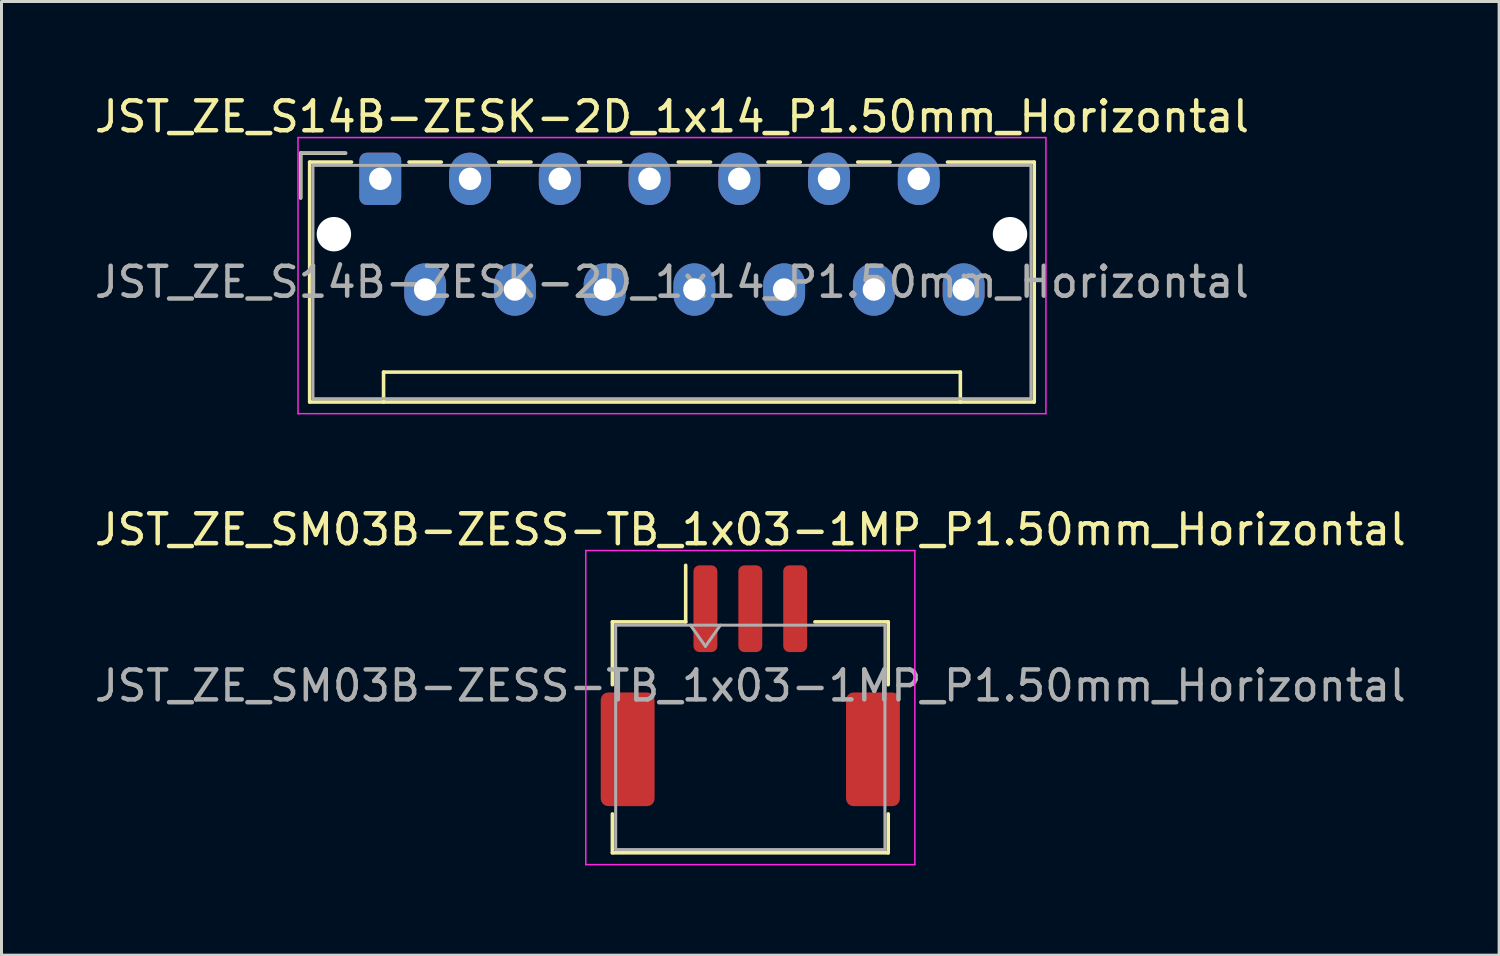
<source format=kicad_pcb>
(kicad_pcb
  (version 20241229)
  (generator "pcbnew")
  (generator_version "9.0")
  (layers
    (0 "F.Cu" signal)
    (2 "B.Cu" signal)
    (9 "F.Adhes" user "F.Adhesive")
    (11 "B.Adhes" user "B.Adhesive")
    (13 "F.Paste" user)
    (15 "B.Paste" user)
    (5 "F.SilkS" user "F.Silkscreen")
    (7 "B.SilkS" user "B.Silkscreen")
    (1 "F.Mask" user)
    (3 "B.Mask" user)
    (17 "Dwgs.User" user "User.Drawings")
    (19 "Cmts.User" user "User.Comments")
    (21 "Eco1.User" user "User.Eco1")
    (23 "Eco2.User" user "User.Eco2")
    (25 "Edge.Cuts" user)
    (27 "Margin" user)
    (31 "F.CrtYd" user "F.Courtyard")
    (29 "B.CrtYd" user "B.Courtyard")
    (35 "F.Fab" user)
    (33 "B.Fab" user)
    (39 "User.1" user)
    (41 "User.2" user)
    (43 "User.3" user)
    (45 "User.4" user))
  (footprint "JST_ZE_SM03B-ZESS-TB_1x03-1MP_P1.50mm_Horizontal"
    (layer "F.Cu")
    (at 22.03 19.872)
    (property "Reference" "JST_ZE_SM03B-ZESS-TB_1x03-1MP_P1.50mm_Horizontal" (at 0 -5.22 0) (layer "F.SilkS") (effects (font (size 1 1) (thickness 0.15))))
    (attr smd)
    (fp_line (start -4.61 -2.135) (end -2.16 -2.135) (stroke (width 0.12) (type solid)) (layer "F.SilkS"))
    (fp_line (start -4.61 -0.035) (end -4.61 -2.135) (stroke (width 0.12) (type solid)) (layer "F.SilkS"))
    (fp_line (start -4.61 4.285) (end -4.61 5.585) (stroke (width 0.12) (type solid)) (layer "F.SilkS"))
    (fp_line (start -4.61 5.585) (end 4.61 5.585) (stroke (width 0.12) (type solid)) (layer "F.SilkS"))
    (fp_line (start -2.16 -2.135) (end -2.16 -4.025) (stroke (width 0.12) (type solid)) (layer "F.SilkS"))
    (fp_line (start 4.61 -2.135) (end 2.16 -2.135) (stroke (width 0.12) (type solid)) (layer "F.SilkS"))
    (fp_line (start 4.61 -0.035) (end 4.61 -2.135) (stroke (width 0.12) (type solid)) (layer "F.SilkS"))
    (fp_line (start 4.61 5.585) (end 4.61 4.285) (stroke (width 0.12) (type solid)) (layer "F.SilkS"))
    (fp_line (start -5.5 -4.52) (end -5.5 5.98) (stroke (width 0.05) (type solid)) (layer "F.CrtYd"))
    (fp_line (start -5.5 5.98) (end 5.5 5.98) (stroke (width 0.05) (type solid)) (layer "F.CrtYd"))
    (fp_line (start 5.5 -4.52) (end -5.5 -4.52) (stroke (width 0.05) (type solid)) (layer "F.CrtYd"))
    (fp_line (start 5.5 5.98) (end 5.5 -4.52) (stroke (width 0.05) (type solid)) (layer "F.CrtYd"))
    (fp_line (start -4.5 -2.025) (end -4.5 5.475) (stroke (width 0.1) (type solid)) (layer "F.Fab"))
    (fp_line (start -4.5 -2.025) (end 4.5 -2.025) (stroke (width 0.1) (type solid)) (layer "F.Fab"))
    (fp_line (start -4.5 5.475) (end 4.5 5.475) (stroke (width 0.1) (type solid)) (layer "F.Fab"))
    (fp_line (start -2 -2.025) (end -1.5 -1.318) (stroke (width 0.1) (type solid)) (layer "F.Fab"))
    (fp_line (start -1.5 -1.318) (end -1 -2.025) (stroke (width 0.1) (type solid)) (layer "F.Fab"))
    (fp_line (start 4.5 -2.025) (end 4.5 5.475) (stroke (width 0.1) (type solid)) (layer "F.Fab"))
    (fp_text user "${REFERENCE}" (at 0 0 0) (layer "F.Fab") (effects (font (size 1 1) (thickness 0.15))))
    (pad "1" smd roundrect (at -1.5 -2.575) (size 0.8 2.9) (layers "F.Cu" "F.Mask" "F.Paste") (roundrect_rratio 0.25))
    (pad "2" smd roundrect (at 0 -2.575) (size 0.8 2.9) (layers "F.Cu" "F.Mask" "F.Paste") (roundrect_rratio 0.25))
    (pad "3" smd roundrect (at 1.5 -2.575) (size 0.8 2.9) (layers "F.Cu" "F.Mask" "F.Paste") (roundrect_rratio 0.25))
    (pad "MP" smd roundrect (at -4.1 2.125) (size 1.8 3.8) (layers "F.Cu" "F.Mask" "F.Paste") (roundrect_rratio 0.139))
    (pad "MP" smd roundrect (at 4.1 2.125) (size 1.8 3.8) (layers "F.Cu" "F.Mask" "F.Paste") (roundrect_rratio 0.139)))
  (footprint "JST_ZE_S14B-ZESK-2D_1x14_P1.50mm_Horizontal"
    (layer "F.Cu")
    (at 9.661 2.928)
    (property "Reference" "JST_ZE_S14B-ZESK-2D_1x14_P1.50mm_Horizontal" (at 9.75 -2.08 0) (layer "F.SilkS") (effects (font (size 1 1) (thickness 0.15))))
    (attr through_hole)
    (fp_line (start -2.66 -0.86) (end -1.16 -0.86) (stroke (width 0.12) (type solid)) (layer "F.SilkS"))
    (fp_line (start -2.66 0.64) (end -2.66 -0.86) (stroke (width 0.12) (type solid)) (layer "F.SilkS"))
    (fp_line (start -2.36 -0.56) (end -2.36 7.46) (stroke (width 0.12) (type solid)) (layer "F.SilkS"))
    (fp_line (start -2.36 7.46) (end 21.86 7.46) (stroke (width 0.12) (type solid)) (layer "F.SilkS"))
    (fp_line (start -0.96 -0.56) (end -2.36 -0.56) (stroke (width 0.12) (type solid)) (layer "F.SilkS"))
    (fp_line (start 0.11 6.46) (end 19.39 6.46) (stroke (width 0.12) (type solid)) (layer "F.SilkS"))
    (fp_line (start 0.11 7.46) (end 0.11 6.46) (stroke (width 0.12) (type solid)) (layer "F.SilkS"))
    (fp_line (start 0.96 -0.56) (end 2.04 -0.56) (stroke (width 0.12) (type solid)) (layer "F.SilkS"))
    (fp_line (start 3.96 -0.56) (end 5.04 -0.56) (stroke (width 0.12) (type solid)) (layer "F.SilkS"))
    (fp_line (start 6.96 -0.56) (end 8.04 -0.56) (stroke (width 0.12) (type solid)) (layer "F.SilkS"))
    (fp_line (start 9.96 -0.56) (end 11.04 -0.56) (stroke (width 0.12) (type solid)) (layer "F.SilkS"))
    (fp_line (start 12.96 -0.56) (end 14.04 -0.56) (stroke (width 0.12) (type solid)) (layer "F.SilkS"))
    (fp_line (start 15.96 -0.56) (end 17.04 -0.56) (stroke (width 0.12) (type solid)) (layer "F.SilkS"))
    (fp_line (start 19.39 6.46) (end 19.39 7.46) (stroke (width 0.12) (type solid)) (layer "F.SilkS"))
    (fp_line (start 21.86 -0.56) (end 18.96 -0.56) (stroke (width 0.12) (type solid)) (layer "F.SilkS"))
    (fp_line (start 21.86 7.46) (end 21.86 -0.56) (stroke (width 0.12) (type solid)) (layer "F.SilkS"))
    (fp_line (start -2.75 -1.38) (end -2.75 7.85) (stroke (width 0.05) (type solid)) (layer "F.CrtYd"))
    (fp_line (start -2.75 7.85) (end 22.25 7.85) (stroke (width 0.05) (type solid)) (layer "F.CrtYd"))
    (fp_line (start 22.25 -1.38) (end -2.75 -1.38) (stroke (width 0.05) (type solid)) (layer "F.CrtYd"))
    (fp_line (start 22.25 7.85) (end 22.25 -1.38) (stroke (width 0.05) (type solid)) (layer "F.CrtYd"))
    (fp_line (start -2.66 -0.86) (end -1.16 -0.86) (stroke (width 0.1) (type solid)) (layer "F.Fab"))
    (fp_line (start -2.66 0.64) (end -2.66 -0.86) (stroke (width 0.1) (type solid)) (layer "F.Fab"))
    (fp_line (start -2.25 -0.45) (end -2.25 7.35) (stroke (width 0.1) (type solid)) (layer "F.Fab"))
    (fp_line (start -2.25 7.35) (end 21.75 7.35) (stroke (width 0.1) (type solid)) (layer "F.Fab"))
    (fp_line (start 21.75 -0.45) (end -2.25 -0.45) (stroke (width 0.1) (type solid)) (layer "F.Fab"))
    (fp_line (start 21.75 7.35) (end 21.75 -0.45) (stroke (width 0.1) (type solid)) (layer "F.Fab"))
    (fp_text user "${REFERENCE}" (at 9.75 3.45 0) (layer "F.Fab") (effects (font (size 1 1) (thickness 0.15))))
    (pad "" np_thru_hole circle (at -1.55 1.85) (size 1.15 1.15) (drill 1.15) (layers "*.Cu" "*.Mask"))
    (pad "" np_thru_hole circle (at 21.05 1.85) (size 1.15 1.15) (drill 1.15) (layers "*.Cu" "*.Mask"))
    (pad "1" thru_hole roundrect (at 0 0) (size 1.4 1.75) (drill 0.75) (layers "*.Cu" "*.Mask") (roundrect_rratio 0.179))
    (pad "2" thru_hole oval (at 1.5 3.7) (size 1.4 1.75) (drill 0.75) (layers "*.Cu" "*.Mask"))
    (pad "3" thru_hole oval (at 3 0) (size 1.4 1.75) (drill 0.75) (layers "*.Cu" "*.Mask"))
    (pad "4" thru_hole oval (at 4.5 3.7) (size 1.4 1.75) (drill 0.75) (layers "*.Cu" "*.Mask"))
    (pad "5" thru_hole oval (at 6 0) (size 1.4 1.75) (drill 0.75) (layers "*.Cu" "*.Mask"))
    (pad "6" thru_hole oval (at 7.5 3.7) (size 1.4 1.75) (drill 0.75) (layers "*.Cu" "*.Mask"))
    (pad "7" thru_hole oval (at 9 0) (size 1.4 1.75) (drill 0.75) (layers "*.Cu" "*.Mask"))
    (pad "8" thru_hole oval (at 10.5 3.7) (size 1.4 1.75) (drill 0.75) (layers "*.Cu" "*.Mask"))
    (pad "9" thru_hole oval (at 12 0) (size 1.4 1.75) (drill 0.75) (layers "*.Cu" "*.Mask"))
    (pad "10" thru_hole oval (at 13.5 3.7) (size 1.4 1.75) (drill 0.75) (layers "*.Cu" "*.Mask"))
    (pad "11" thru_hole oval (at 15 0) (size 1.4 1.75) (drill 0.75) (layers "*.Cu" "*.Mask"))
    (pad "12" thru_hole oval (at 16.5 3.7) (size 1.4 1.75) (drill 0.75) (layers "*.Cu" "*.Mask"))
    (pad "13" thru_hole oval (at 18 0) (size 1.4 1.75) (drill 0.75) (layers "*.Cu" "*.Mask"))
    (pad "14" thru_hole oval (at 19.5 3.7) (size 1.4 1.75) (drill 0.75) (layers "*.Cu" "*.Mask")))
  (gr_rect
    (start -3 -3)
    (end 47.06 28.877)
    (stroke (width 0.1) (type default))
    (fill no)
    (layer "Edge.Cuts")))
</source>
